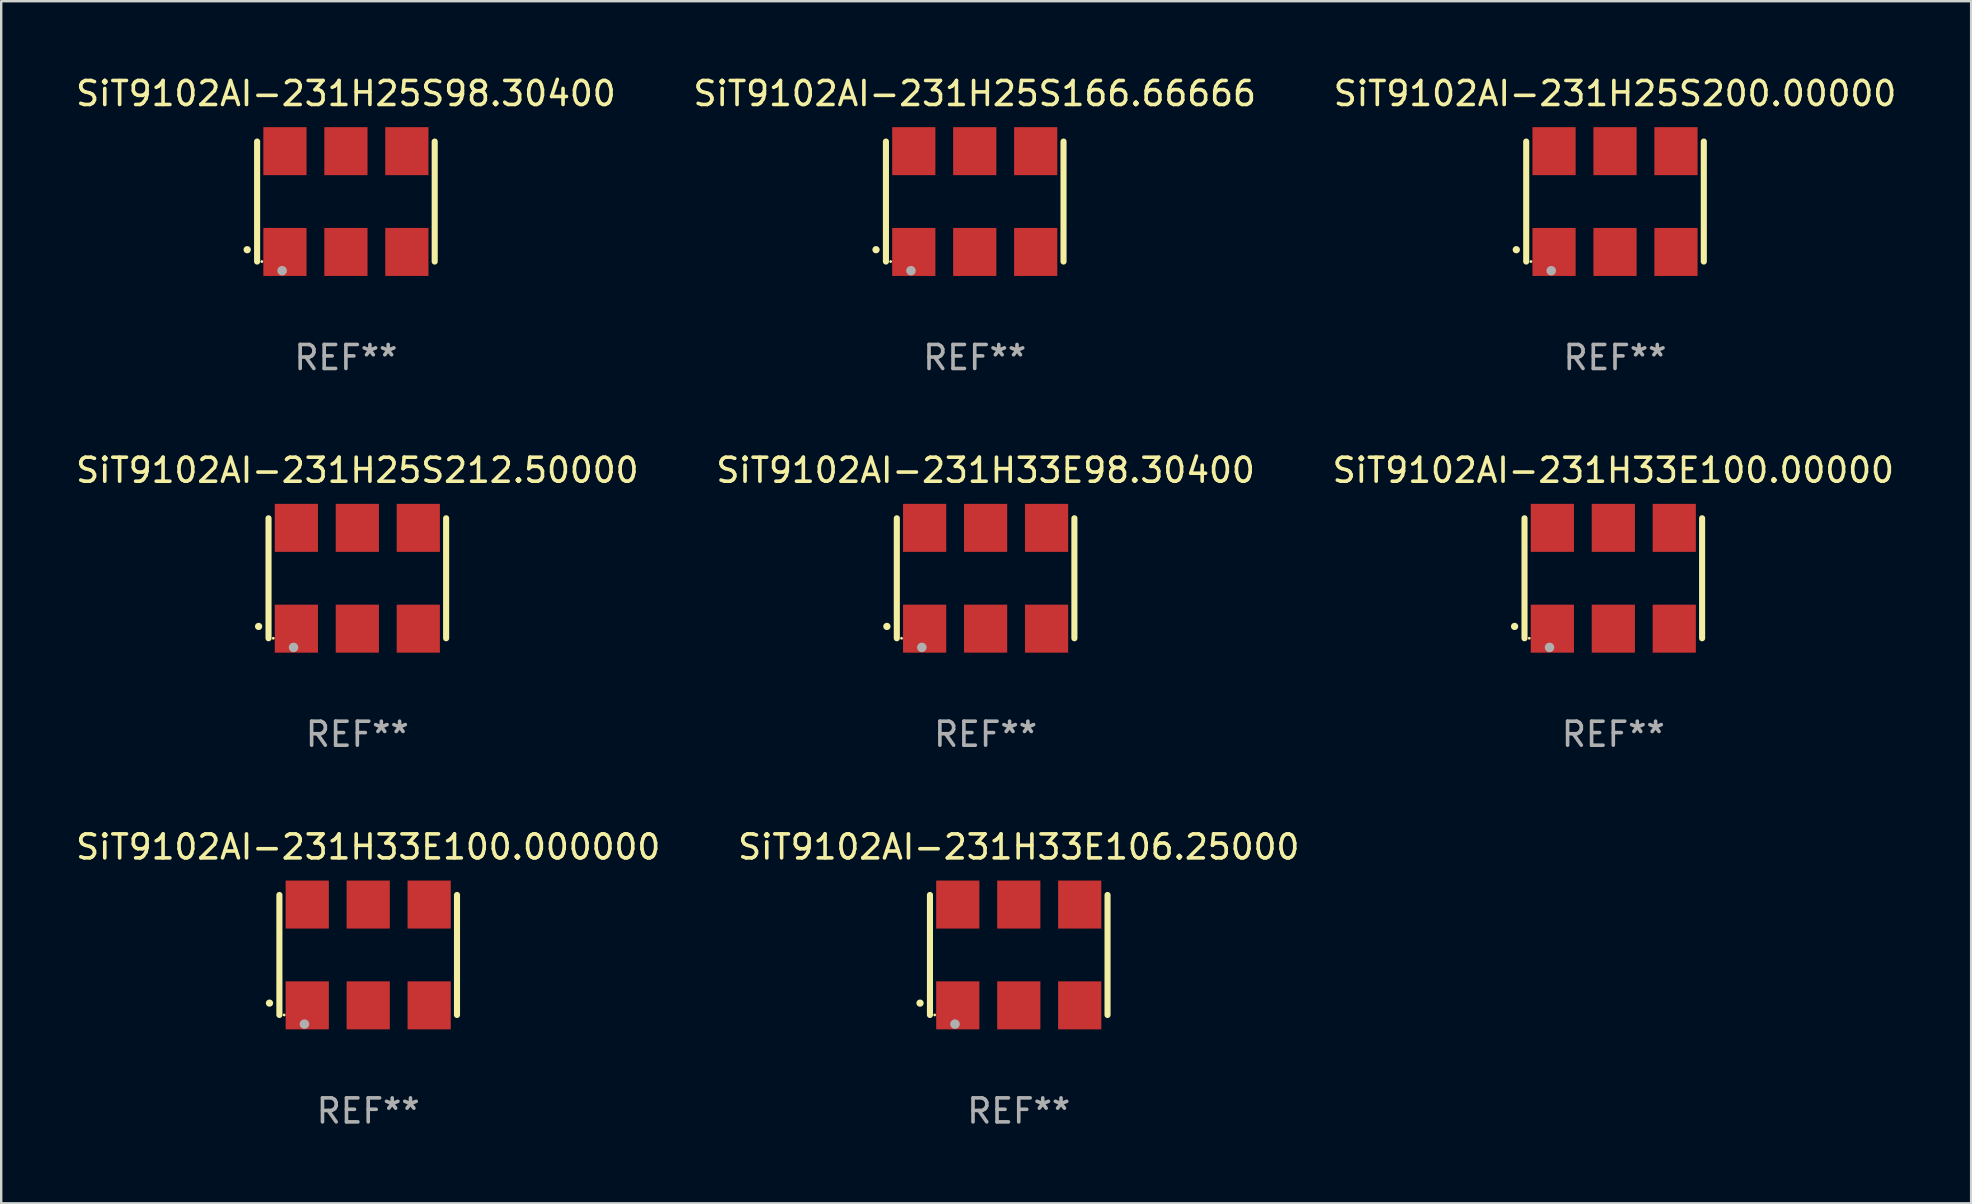
<source format=kicad_pcb>
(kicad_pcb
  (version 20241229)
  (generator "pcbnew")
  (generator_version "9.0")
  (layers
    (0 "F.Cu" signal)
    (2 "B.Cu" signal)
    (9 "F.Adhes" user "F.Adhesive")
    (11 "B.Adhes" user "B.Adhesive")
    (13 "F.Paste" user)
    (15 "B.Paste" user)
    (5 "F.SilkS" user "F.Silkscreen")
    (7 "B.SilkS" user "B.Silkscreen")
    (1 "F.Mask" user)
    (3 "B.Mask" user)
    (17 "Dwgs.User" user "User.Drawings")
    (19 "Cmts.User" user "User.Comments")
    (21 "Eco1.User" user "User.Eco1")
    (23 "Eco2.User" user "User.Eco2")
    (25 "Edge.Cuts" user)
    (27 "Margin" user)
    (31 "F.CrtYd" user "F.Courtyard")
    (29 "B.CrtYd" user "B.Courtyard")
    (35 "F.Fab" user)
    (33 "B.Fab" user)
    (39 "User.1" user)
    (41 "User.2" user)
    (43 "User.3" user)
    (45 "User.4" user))
  (footprint "SiT9102AI-231H33E106.25000"
    (layer "F.Cu")
    (at 39.399 36.741)
    (property "Reference" "SiT9102AI-231H33E106.25000" (at 0 -4.5 0) (layer "F.SilkS") (effects (font (size 1 1) (thickness 0.15))))
    (attr through_hole)
    (fp_line (start -3.7 -2.5) (end -3.7 2.5) (stroke (width 0.254) (type solid)) (layer "F.SilkS"))
    (fp_line (start 3.7 -2.5) (end 3.7 2.5) (stroke (width 0.254) (type solid)) (layer "F.SilkS"))
    (fp_arc (start -4.114415 2.006604) (mid -4.113145 2.006599) (end -4.111875 2.006604) (stroke (width 0.3) (type solid)) (layer "F.SilkS"))
    (fp_circle (center -3.502 2.5) (end -3.472 2.5) (stroke (width 0.06) (type solid)) (fill no) (layer "F.SilkS"))
    (fp_circle (center -2.657 2.882) (end -2.557 2.882) (stroke (width 0.2) (type solid)) (fill no) (layer "F.Fab"))
    (fp_text user "REF**" (at 0 6.5 0) (layer "F.Fab") (effects (font (size 1 1) (thickness 0.15))))
    (pad "1" smd rect (at -2.54 2.1) (size 1.8 2) (layers "F.Cu" "F.Mask" "F.Paste"))
    (pad "2" smd rect (at 0.000394 2.1) (size 1.8 2) (layers "F.Cu" "F.Mask" "F.Paste"))
    (pad "3" smd rect (at 2.54 2.1) (size 1.8 2) (layers "F.Cu" "F.Mask" "F.Paste"))
    (pad "4" smd rect (at 2.54 -2.1) (size 1.8 2) (layers "F.Cu" "F.Mask" "F.Paste"))
    (pad "5" smd rect (at 0.000394 -2.1) (size 1.8 2) (layers "F.Cu" "F.Mask" "F.Paste"))
    (pad "6" smd rect (at -2.54 -2.1) (size 1.8 2) (layers "F.Cu" "F.Mask" "F.Paste")))
  (footprint "SiT9102AI-231H33E100.00000"
    (layer "F.Cu")
    (at 64.173 21.045)
    (property "Reference" "SiT9102AI-231H33E100.00000" (at 0 -4.5 0) (layer "F.SilkS") (effects (font (size 1 1) (thickness 0.15))))
    (attr through_hole)
    (fp_line (start -3.7 -2.5) (end -3.7 2.5) (stroke (width 0.254) (type solid)) (layer "F.SilkS"))
    (fp_line (start 3.7 -2.5) (end 3.7 2.5) (stroke (width 0.254) (type solid)) (layer "F.SilkS"))
    (fp_arc (start -4.114415 2.006604) (mid -4.113145 2.006599) (end -4.111875 2.006604) (stroke (width 0.3) (type solid)) (layer "F.SilkS"))
    (fp_circle (center -3.502 2.5) (end -3.472 2.5) (stroke (width 0.06) (type solid)) (fill no) (layer "F.SilkS"))
    (fp_circle (center -2.657 2.882) (end -2.557 2.882) (stroke (width 0.2) (type solid)) (fill no) (layer "F.Fab"))
    (fp_text user "REF**" (at 0 6.5 0) (layer "F.Fab") (effects (font (size 1 1) (thickness 0.15))))
    (pad "1" smd rect (at -2.54 2.1) (size 1.8 2) (layers "F.Cu" "F.Mask" "F.Paste"))
    (pad "2" smd rect (at 0.000394 2.1) (size 1.8 2) (layers "F.Cu" "F.Mask" "F.Paste"))
    (pad "3" smd rect (at 2.54 2.1) (size 1.8 2) (layers "F.Cu" "F.Mask" "F.Paste"))
    (pad "4" smd rect (at 2.54 -2.1) (size 1.8 2) (layers "F.Cu" "F.Mask" "F.Paste"))
    (pad "5" smd rect (at 0.000394 -2.1) (size 1.8 2) (layers "F.Cu" "F.Mask" "F.Paste"))
    (pad "6" smd rect (at -2.54 -2.1) (size 1.8 2) (layers "F.Cu" "F.Mask" "F.Paste")))
  (footprint "SiT9102AI-231H25S200.00000"
    (layer "F.Cu")
    (at 64.244 5.348)
    (property "Reference" "SiT9102AI-231H25S200.00000" (at 0 -4.5 0) (layer "F.SilkS") (effects (font (size 1 1) (thickness 0.15))))
    (attr through_hole)
    (fp_line (start -3.7 -2.5) (end -3.7 2.5) (stroke (width 0.254) (type solid)) (layer "F.SilkS"))
    (fp_line (start 3.7 -2.5) (end 3.7 2.5) (stroke (width 0.254) (type solid)) (layer "F.SilkS"))
    (fp_arc (start -4.114415 2.006604) (mid -4.113145 2.006599) (end -4.111875 2.006604) (stroke (width 0.3) (type solid)) (layer "F.SilkS"))
    (fp_circle (center -3.502 2.5) (end -3.472 2.5) (stroke (width 0.06) (type solid)) (fill no) (layer "F.SilkS"))
    (fp_circle (center -2.657 2.882) (end -2.557 2.882) (stroke (width 0.2) (type solid)) (fill no) (layer "F.Fab"))
    (fp_text user "REF**" (at 0 6.5 0) (layer "F.Fab") (effects (font (size 1 1) (thickness 0.15))))
    (pad "1" smd rect (at -2.54 2.1) (size 1.8 2) (layers "F.Cu" "F.Mask" "F.Paste"))
    (pad "2" smd rect (at 0.000394 2.1) (size 1.8 2) (layers "F.Cu" "F.Mask" "F.Paste"))
    (pad "3" smd rect (at 2.54 2.1) (size 1.8 2) (layers "F.Cu" "F.Mask" "F.Paste"))
    (pad "4" smd rect (at 2.54 -2.1) (size 1.8 2) (layers "F.Cu" "F.Mask" "F.Paste"))
    (pad "5" smd rect (at 0.000394 -2.1) (size 1.8 2) (layers "F.Cu" "F.Mask" "F.Paste"))
    (pad "6" smd rect (at -2.54 -2.1) (size 1.8 2) (layers "F.Cu" "F.Mask" "F.Paste")))
  (footprint "SiT9102AI-231H33E98.30400"
    (layer "F.Cu")
    (at 38.018 21.045)
    (property "Reference" "SiT9102AI-231H33E98.30400" (at 0 -4.5 0) (layer "F.SilkS") (effects (font (size 1 1) (thickness 0.15))))
    (attr through_hole)
    (fp_line (start -3.7 -2.5) (end -3.7 2.5) (stroke (width 0.254) (type solid)) (layer "F.SilkS"))
    (fp_line (start 3.7 -2.5) (end 3.7 2.5) (stroke (width 0.254) (type solid)) (layer "F.SilkS"))
    (fp_arc (start -4.114415 2.006604) (mid -4.113145 2.006599) (end -4.111875 2.006604) (stroke (width 0.3) (type solid)) (layer "F.SilkS"))
    (fp_circle (center -3.502 2.5) (end -3.472 2.5) (stroke (width 0.06) (type solid)) (fill no) (layer "F.SilkS"))
    (fp_circle (center -2.657 2.882) (end -2.557 2.882) (stroke (width 0.2) (type solid)) (fill no) (layer "F.Fab"))
    (fp_text user "REF**" (at 0 6.5 0) (layer "F.Fab") (effects (font (size 1 1) (thickness 0.15))))
    (pad "1" smd rect (at -2.54 2.1) (size 1.8 2) (layers "F.Cu" "F.Mask" "F.Paste"))
    (pad "2" smd rect (at 0.000394 2.1) (size 1.8 2) (layers "F.Cu" "F.Mask" "F.Paste"))
    (pad "3" smd rect (at 2.54 2.1) (size 1.8 2) (layers "F.Cu" "F.Mask" "F.Paste"))
    (pad "4" smd rect (at 2.54 -2.1) (size 1.8 2) (layers "F.Cu" "F.Mask" "F.Paste"))
    (pad "5" smd rect (at 0.000394 -2.1) (size 1.8 2) (layers "F.Cu" "F.Mask" "F.Paste"))
    (pad "6" smd rect (at -2.54 -2.1) (size 1.8 2) (layers "F.Cu" "F.Mask" "F.Paste")))
  (footprint "SiT9102AI-231H25S166.66666"
    (layer "F.Cu")
    (at 37.565 5.348)
    (property "Reference" "SiT9102AI-231H25S166.66666" (at 0 -4.5 0) (layer "F.SilkS") (effects (font (size 1 1) (thickness 0.15))))
    (attr through_hole)
    (fp_line (start -3.7 -2.5) (end -3.7 2.5) (stroke (width 0.254) (type solid)) (layer "F.SilkS"))
    (fp_line (start 3.7 -2.5) (end 3.7 2.5) (stroke (width 0.254) (type solid)) (layer "F.SilkS"))
    (fp_arc (start -4.114415 2.006604) (mid -4.113145 2.006599) (end -4.111875 2.006604) (stroke (width 0.3) (type solid)) (layer "F.SilkS"))
    (fp_circle (center -3.502 2.5) (end -3.472 2.5) (stroke (width 0.06) (type solid)) (fill no) (layer "F.SilkS"))
    (fp_circle (center -2.657 2.882) (end -2.557 2.882) (stroke (width 0.2) (type solid)) (fill no) (layer "F.Fab"))
    (fp_text user "REF**" (at 0 6.5 0) (layer "F.Fab") (effects (font (size 1 1) (thickness 0.15))))
    (pad "1" smd rect (at -2.54 2.1) (size 1.8 2) (layers "F.Cu" "F.Mask" "F.Paste"))
    (pad "2" smd rect (at 0.000394 2.1) (size 1.8 2) (layers "F.Cu" "F.Mask" "F.Paste"))
    (pad "3" smd rect (at 2.54 2.1) (size 1.8 2) (layers "F.Cu" "F.Mask" "F.Paste"))
    (pad "4" smd rect (at 2.54 -2.1) (size 1.8 2) (layers "F.Cu" "F.Mask" "F.Paste"))
    (pad "5" smd rect (at 0.000394 -2.1) (size 1.8 2) (layers "F.Cu" "F.Mask" "F.Paste"))
    (pad "6" smd rect (at -2.54 -2.1) (size 1.8 2) (layers "F.Cu" "F.Mask" "F.Paste")))
  (footprint "SiT9102AI-231H25S98.30400"
    (layer "F.Cu")
    (at 11.363 5.348)
    (property "Reference" "SiT9102AI-231H25S98.30400" (at 0 -4.5 0) (layer "F.SilkS") (effects (font (size 1 1) (thickness 0.15))))
    (attr through_hole)
    (fp_line (start -3.7 -2.5) (end -3.7 2.5) (stroke (width 0.254) (type solid)) (layer "F.SilkS"))
    (fp_line (start 3.7 -2.5) (end 3.7 2.5) (stroke (width 0.254) (type solid)) (layer "F.SilkS"))
    (fp_arc (start -4.114415 2.006604) (mid -4.113145 2.006599) (end -4.111875 2.006604) (stroke (width 0.3) (type solid)) (layer "F.SilkS"))
    (fp_circle (center -3.502 2.5) (end -3.472 2.5) (stroke (width 0.06) (type solid)) (fill no) (layer "F.SilkS"))
    (fp_circle (center -2.657 2.882) (end -2.557 2.882) (stroke (width 0.2) (type solid)) (fill no) (layer "F.Fab"))
    (fp_text user "REF**" (at 0 6.5 0) (layer "F.Fab") (effects (font (size 1 1) (thickness 0.15))))
    (pad "1" smd rect (at -2.54 2.1) (size 1.8 2) (layers "F.Cu" "F.Mask" "F.Paste"))
    (pad "2" smd rect (at 0.000394 2.1) (size 1.8 2) (layers "F.Cu" "F.Mask" "F.Paste"))
    (pad "3" smd rect (at 2.54 2.1) (size 1.8 2) (layers "F.Cu" "F.Mask" "F.Paste"))
    (pad "4" smd rect (at 2.54 -2.1) (size 1.8 2) (layers "F.Cu" "F.Mask" "F.Paste"))
    (pad "5" smd rect (at 0.000394 -2.1) (size 1.8 2) (layers "F.Cu" "F.Mask" "F.Paste"))
    (pad "6" smd rect (at -2.54 -2.1) (size 1.8 2) (layers "F.Cu" "F.Mask" "F.Paste")))
  (footprint "SiT9102AI-231H33E100.000000"
    (layer "F.Cu")
    (at 12.292 36.741)
    (property "Reference" "SiT9102AI-231H33E100.000000" (at 0 -4.5 0) (layer "F.SilkS") (effects (font (size 1 1) (thickness 0.15))))
    (attr through_hole)
    (fp_line (start -3.7 -2.5) (end -3.7 2.5) (stroke (width 0.254) (type solid)) (layer "F.SilkS"))
    (fp_line (start 3.7 -2.5) (end 3.7 2.5) (stroke (width 0.254) (type solid)) (layer "F.SilkS"))
    (fp_arc (start -4.114415 2.006604) (mid -4.113145 2.006599) (end -4.111875 2.006604) (stroke (width 0.3) (type solid)) (layer "F.SilkS"))
    (fp_circle (center -3.502 2.5) (end -3.472 2.5) (stroke (width 0.06) (type solid)) (fill no) (layer "F.SilkS"))
    (fp_circle (center -2.657 2.882) (end -2.557 2.882) (stroke (width 0.2) (type solid)) (fill no) (layer "F.Fab"))
    (fp_text user "REF**" (at 0 6.5 0) (layer "F.Fab") (effects (font (size 1 1) (thickness 0.15))))
    (pad "1" smd rect (at -2.54 2.1) (size 1.8 2) (layers "F.Cu" "F.Mask" "F.Paste"))
    (pad "2" smd rect (at 0.000394 2.1) (size 1.8 2) (layers "F.Cu" "F.Mask" "F.Paste"))
    (pad "3" smd rect (at 2.54 2.1) (size 1.8 2) (layers "F.Cu" "F.Mask" "F.Paste"))
    (pad "4" smd rect (at 2.54 -2.1) (size 1.8 2) (layers "F.Cu" "F.Mask" "F.Paste"))
    (pad "5" smd rect (at 0.000394 -2.1) (size 1.8 2) (layers "F.Cu" "F.Mask" "F.Paste"))
    (pad "6" smd rect (at -2.54 -2.1) (size 1.8 2) (layers "F.Cu" "F.Mask" "F.Paste")))
  (footprint "SiT9102AI-231H25S212.50000"
    (layer "F.Cu")
    (at 11.839 21.045)
    (property "Reference" "SiT9102AI-231H25S212.50000" (at 0 -4.5 0) (layer "F.SilkS") (effects (font (size 1 1) (thickness 0.15))))
    (attr through_hole)
    (fp_line (start -3.7 -2.5) (end -3.7 2.5) (stroke (width 0.254) (type solid)) (layer "F.SilkS"))
    (fp_line (start 3.7 -2.5) (end 3.7 2.5) (stroke (width 0.254) (type solid)) (layer "F.SilkS"))
    (fp_arc (start -4.114415 2.006604) (mid -4.113145 2.006599) (end -4.111875 2.006604) (stroke (width 0.3) (type solid)) (layer "F.SilkS"))
    (fp_circle (center -3.502 2.5) (end -3.472 2.5) (stroke (width 0.06) (type solid)) (fill no) (layer "F.SilkS"))
    (fp_circle (center -2.657 2.882) (end -2.557 2.882) (stroke (width 0.2) (type solid)) (fill no) (layer "F.Fab"))
    (fp_text user "REF**" (at 0 6.5 0) (layer "F.Fab") (effects (font (size 1 1) (thickness 0.15))))
    (pad "1" smd rect (at -2.54 2.1) (size 1.8 2) (layers "F.Cu" "F.Mask" "F.Paste"))
    (pad "2" smd rect (at 0.000394 2.1) (size 1.8 2) (layers "F.Cu" "F.Mask" "F.Paste"))
    (pad "3" smd rect (at 2.54 2.1) (size 1.8 2) (layers "F.Cu" "F.Mask" "F.Paste"))
    (pad "4" smd rect (at 2.54 -2.1) (size 1.8 2) (layers "F.Cu" "F.Mask" "F.Paste"))
    (pad "5" smd rect (at 0.000394 -2.1) (size 1.8 2) (layers "F.Cu" "F.Mask" "F.Paste"))
    (pad "6" smd rect (at -2.54 -2.1) (size 1.8 2) (layers "F.Cu" "F.Mask" "F.Paste")))
  (gr_rect
    (start -3 -3)
    (end 79.083 47.09)
    (stroke (width 0.1) (type default))
    (fill no)
    (layer "Edge.Cuts")))
</source>
